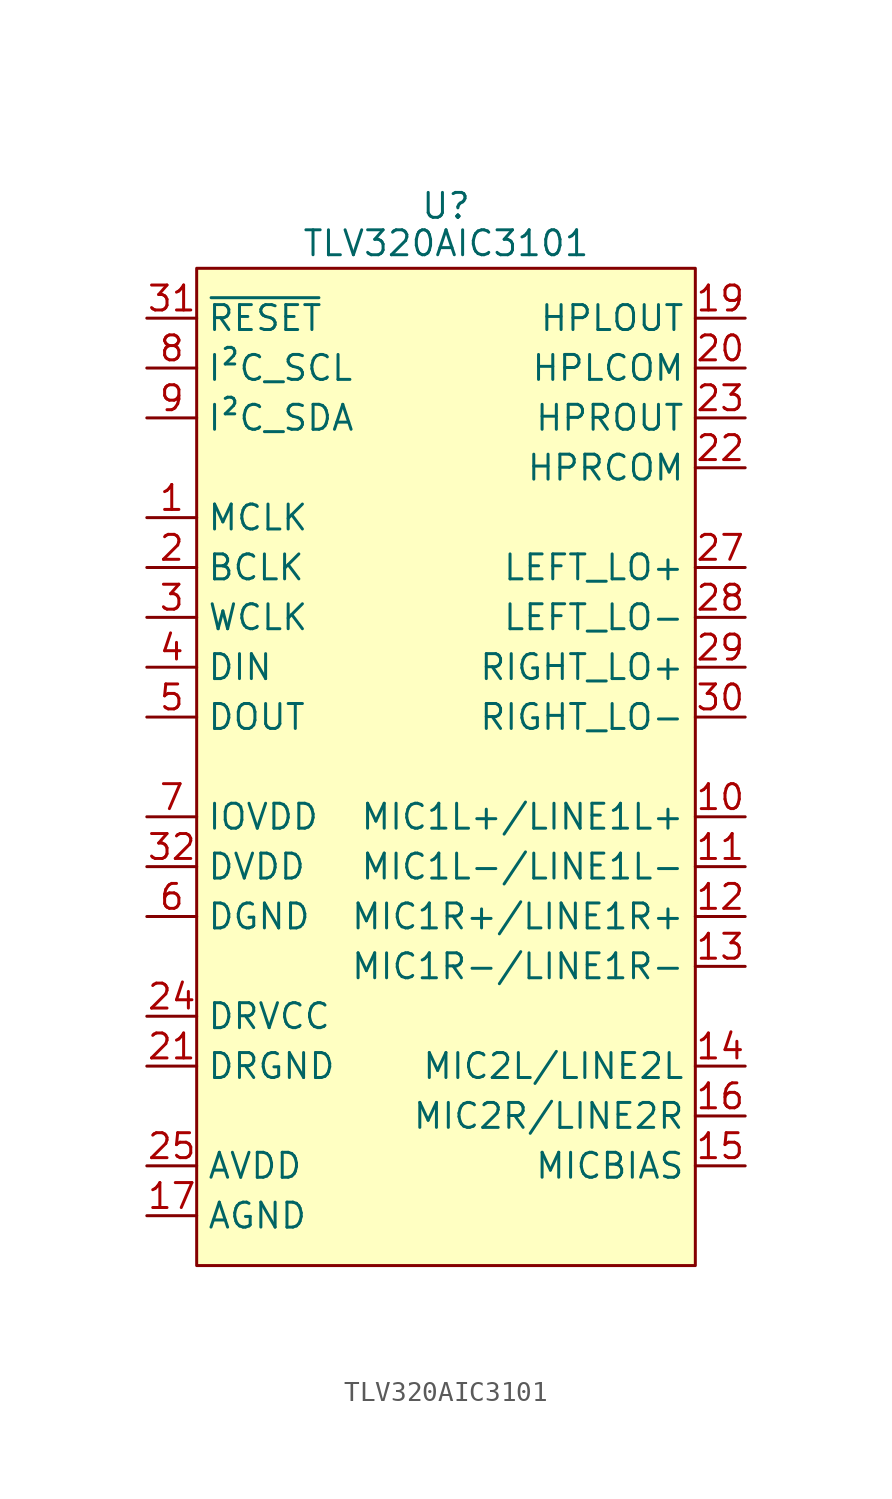
<source format=kicad_sym>
(kicad_symbol_lib
  (version 20220914)
  (generator kicad_symbol_editor)
  (symbol "TLV320AIC3101"
    (property "Reference" "U"
      (at 0 3.175 0)
      (effects (font (size 1.27 1.27))))
    (property "Value" "TLV320AIC3101"
      (at 0 1.27 0)
      (effects (font (size 1.27 1.27))))
    (symbol "TLV320AIC3101_1_1"
      (rectangle (start -12.7 0) (end 12.7 -50.8) (stroke (width 0) (type default)) (fill (type background)))
      (pin input line (at -15.24 -12.7 0) (length 2.54) (name "MCLK" (effects (font (size 1.27 1.27)))) (number "1" (effects (font (size 1.27 1.27)))))
      (pin input line (at 15.24 -27.94 180) (length 2.54) (name "MIC1L+/LINE1L+" (effects (font (size 1.27 1.27)))) (number "10" (effects (font (size 1.27 1.27)))))
      (pin input line (at 15.24 -30.48 180) (length 2.54) (name "MIC1L-/LINE1L-" (effects (font (size 1.27 1.27)))) (number "11" (effects (font (size 1.27 1.27)))))
      (pin input line (at 15.24 -33.02 180) (length 2.54) (name "MIC1R+/LINE1R+" (effects (font (size 1.27 1.27)))) (number "12" (effects (font (size 1.27 1.27)))))
      (pin input line (at 15.24 -35.56 180) (length 2.54) (name "MIC1R-/LINE1R-" (effects (font (size 1.27 1.27)))) (number "13" (effects (font (size 1.27 1.27)))))
      (pin input line (at 15.24 -40.64 180) (length 2.54) (name "MIC2L/LINE2L" (effects (font (size 1.27 1.27)))) (number "14" (effects (font (size 1.27 1.27)))))
      (pin output line (at 15.24 -45.72 180) (length 2.54) (name "MICBIAS" (effects (font (size 1.27 1.27)))) (number "15" (effects (font (size 1.27 1.27)))))
      (pin input line (at 15.24 -43.18 180) (length 2.54) (name "MIC2R/LINE2R" (effects (font (size 1.27 1.27)))) (number "16" (effects (font (size 1.27 1.27)))))
      (pin power_in line (at -15.24 -48.26 0) (length 2.54) (name "AGND" (effects (font (size 1.27 1.27)))) (number "17" (effects (font (size 1.27 1.27)))))
      (pin power_in line (at -15.24 -38.1 0) (length 2.54) hide (name "DRVCC" (effects (font (size 1.27 1.27)))) (number "18" (effects (font (size 1.27 1.27)))))
      (pin passive line (at 15.24 -2.54 180) (length 2.54) (name "HPLOUT" (effects (font (size 1.27 1.27)))) (number "19" (effects (font (size 1.27 1.27)))))
      (pin bidirectional line (at -15.24 -15.24 0) (length 2.54) (name "BCLK" (effects (font (size 1.27 1.27)))) (number "2" (effects (font (size 1.27 1.27)))))
      (pin passive line (at 15.24 -5.08 180) (length 2.54) (name "HPLCOM" (effects (font (size 1.27 1.27)))) (number "20" (effects (font (size 1.27 1.27)))))
      (pin power_in line (at -15.24 -40.64 0) (length 2.54) (name "DRGND" (effects (font (size 1.27 1.27)))) (number "21" (effects (font (size 1.27 1.27)))))
      (pin passive line (at 15.24 -10.16 180) (length 2.54) (name "HPRCOM" (effects (font (size 1.27 1.27)))) (number "22" (effects (font (size 1.27 1.27)))))
      (pin passive line (at 15.24 -7.62 180) (length 2.54) (name "HPROUT" (effects (font (size 1.27 1.27)))) (number "23" (effects (font (size 1.27 1.27)))))
      (pin power_in line (at -15.24 -38.1 0) (length 2.54) (name "DRVCC" (effects (font (size 1.27 1.27)))) (number "24" (effects (font (size 1.27 1.27)))))
      (pin power_in line (at -15.24 -45.72 0) (length 2.54) (name "AVDD" (effects (font (size 1.27 1.27)))) (number "25" (effects (font (size 1.27 1.27)))))
      (pin power_in line (at -15.24 -48.26 0) (length 2.54) hide (name "AGND" (effects (font (size 1.27 1.27)))) (number "26" (effects (font (size 1.27 1.27)))))
      (pin output line (at 15.24 -15.24 180) (length 2.54) (name "LEFT_LO+" (effects (font (size 1.27 1.27)))) (number "27" (effects (font (size 1.27 1.27)))))
      (pin output line (at 15.24 -17.78 180) (length 2.54) (name "LEFT_LO-" (effects (font (size 1.27 1.27)))) (number "28" (effects (font (size 1.27 1.27)))))
      (pin output line (at 15.24 -20.32 180) (length 2.54) (name "RIGHT_LO+" (effects (font (size 1.27 1.27)))) (number "29" (effects (font (size 1.27 1.27)))))
      (pin input line (at -15.24 -17.78 0) (length 2.54) (name "WCLK" (effects (font (size 1.27 1.27)))) (number "3" (effects (font (size 1.27 1.27)))))
      (pin output line (at 15.24 -22.86 180) (length 2.54) (name "RIGHT_LO-" (effects (font (size 1.27 1.27)))) (number "30" (effects (font (size 1.27 1.27)))))
      (pin input line (at -15.24 -2.54 0) (length 2.54) (name "~{RESET}" (effects (font (size 1.27 1.27)))) (number "31" (effects (font (size 1.27 1.27)))))
      (pin power_in line (at -15.24 -30.48 0) (length 2.54) (name "DVDD" (effects (font (size 1.27 1.27)))) (number "32" (effects (font (size 1.27 1.27)))))
      (pin input line (at -15.24 -20.32 0) (length 2.54) (name "DIN" (effects (font (size 1.27 1.27)))) (number "4" (effects (font (size 1.27 1.27)))))
      (pin output line (at -15.24 -22.86 0) (length 2.54) (name "DOUT" (effects (font (size 1.27 1.27)))) (number "5" (effects (font (size 1.27 1.27)))))
      (pin power_in line (at -15.24 -33.02 0) (length 2.54) (name "DGND" (effects (font (size 1.27 1.27)))) (number "6" (effects (font (size 1.27 1.27)))))
      (pin power_in line (at -15.24 -27.94 0) (length 2.54) (name "IOVDD" (effects (font (size 1.27 1.27)))) (number "7" (effects (font (size 1.27 1.27)))))
      (pin bidirectional line (at -15.24 -5.08 0) (length 2.54) (name "I²C_SCL" (effects (font (size 1.27 1.27)))) (number "8" (effects (font (size 1.27 1.27)))))
      (pin bidirectional line (at -15.24 -7.62 0) (length 2.54) (name "I²C_SDA" (effects (font (size 1.27 1.27)))) (number "9" (effects (font (size 1.27 1.27))))))))
</source>
